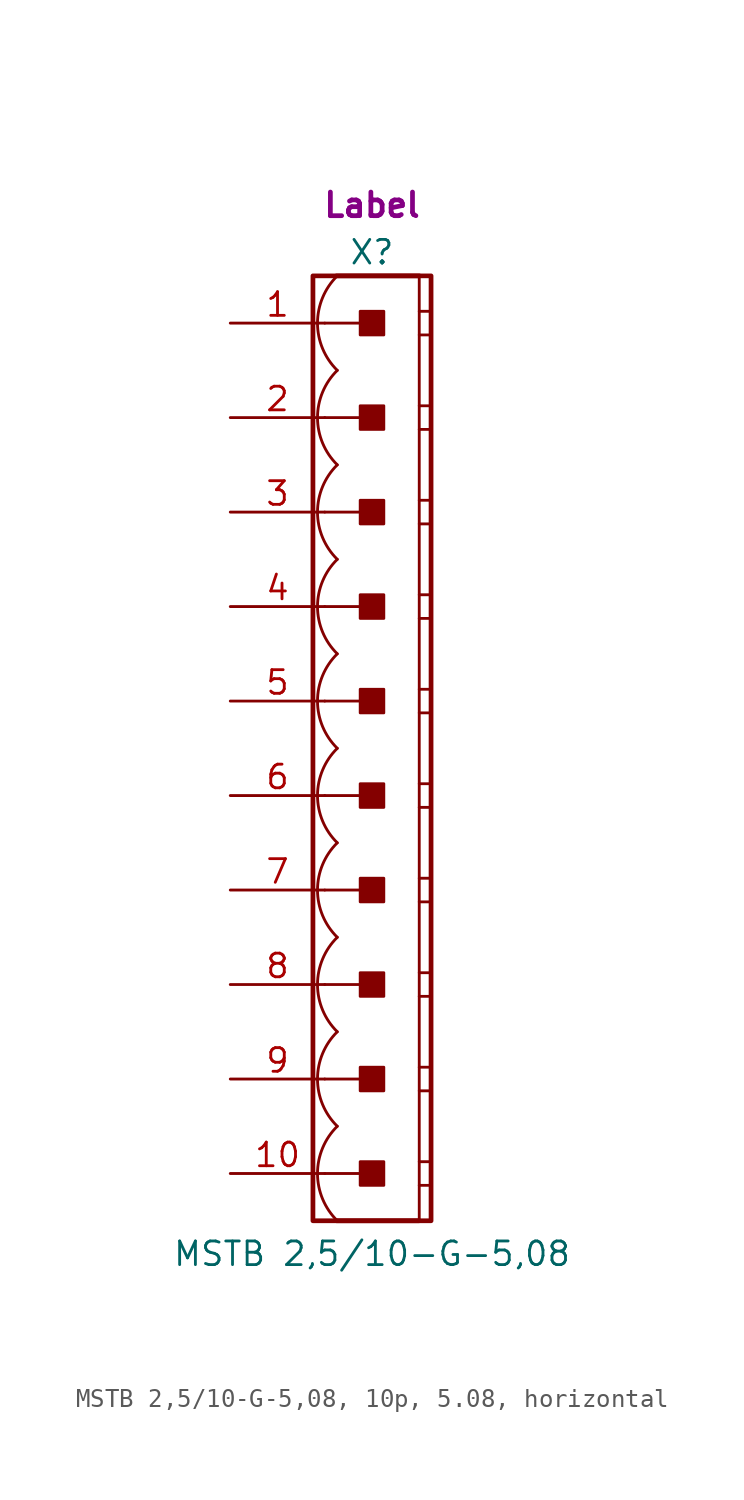
<source format=kicad_sym>
(kicad_symbol_lib
  (version 20241209)
  (generator "kicad_symbol_editor")
  (generator_version "9.0")
  (symbol "MSTB 2,5/10-G-5,08, 10p, 5.08, horizontal"
    (pin_names
      (offset 1.016)
      (hide yes))
    (property "Reference" "X"
      (at 0 26.67 0)
      (effects (font (size 1.27 1.27))))
    (property "Value" "MSTB 2,5/10-G-5,08"
      (at 0 -27.178 0)
      (effects (font (size 1.27 1.27))))
    (property "Label" "Label"
      (at 0 29.21 0)
      (effects (font (size 1.27 1.27) (thickness 0.254) (bold yes))))
    (symbol "MSTB 2,5/10-G-5,08, 10p, 5.08, horizontal_0_1"
      (polyline (pts (xy 2.54 25.4) (xy -1.905 25.4)) (stroke (width 0.254) (type default)) (fill (type none)))
      (polyline (pts (xy 2.54 25.4) (xy 2.54 -25.4)) (stroke (width 0.152) (type default)) (fill (type none)))
      (polyline (pts (xy 2.54 23.495) (xy 3.175 23.495)) (stroke (width 0.152) (type default)) (fill (type none)))
      (polyline (pts (xy 2.54 22.225) (xy 3.175 22.225)) (stroke (width 0.152) (type default)) (fill (type none)))
      (polyline (pts (xy 2.54 18.415) (xy 3.175 18.415)) (stroke (width 0.152) (type default)) (fill (type none)))
      (polyline (pts (xy 2.54 17.145) (xy 3.175 17.145)) (stroke (width 0.152) (type default)) (fill (type none)))
      (polyline (pts (xy 2.54 13.335) (xy 3.175 13.335)) (stroke (width 0.152) (type default)) (fill (type none)))
      (polyline (pts (xy 2.54 12.065) (xy 3.175 12.065)) (stroke (width 0.152) (type default)) (fill (type none)))
      (polyline (pts (xy 2.54 8.255) (xy 3.175 8.255)) (stroke (width 0.152) (type default)) (fill (type none)))
      (polyline (pts (xy 2.54 6.985) (xy 3.175 6.985)) (stroke (width 0.152) (type default)) (fill (type none)))
      (polyline (pts (xy 2.54 3.175) (xy 3.175 3.175)) (stroke (width 0.152) (type default)) (fill (type none)))
      (polyline (pts (xy 2.54 1.905) (xy 3.175 1.905)) (stroke (width 0.152) (type default)) (fill (type none)))
      (polyline (pts (xy 2.54 -1.905) (xy 3.175 -1.905)) (stroke (width 0.152) (type default)) (fill (type none)))
      (polyline (pts (xy 2.54 -3.175) (xy 3.175 -3.175)) (stroke (width 0.152) (type default)) (fill (type none)))
      (polyline (pts (xy 2.54 -6.985) (xy 3.175 -6.985)) (stroke (width 0.152) (type default)) (fill (type none)))
      (polyline (pts (xy 2.54 -8.255) (xy 3.175 -8.255)) (stroke (width 0.152) (type default)) (fill (type none)))
      (polyline (pts (xy 2.54 -12.065) (xy 3.175 -12.065)) (stroke (width 0.152) (type default)) (fill (type none)))
      (polyline (pts (xy 2.54 -13.335) (xy 3.175 -13.335)) (stroke (width 0.152) (type default)) (fill (type none)))
      (polyline (pts (xy 2.54 -17.145) (xy 3.175 -17.145)) (stroke (width 0.152) (type default)) (fill (type none)))
      (polyline (pts (xy 2.54 -18.415) (xy 3.175 -18.415)) (stroke (width 0.152) (type default)) (fill (type none)))
      (polyline (pts (xy 2.54 -22.225) (xy 3.175 -22.225)) (stroke (width 0.152) (type default)) (fill (type none)))
      (polyline (pts (xy 2.54 -23.495) (xy 3.175 -23.495)) (stroke (width 0.152) (type default)) (fill (type none)))
      (polyline (pts (xy 2.54 -25.4) (xy -1.905 -25.4)) (stroke (width 0.254) (type default)) (fill (type none))))
    (symbol "MSTB 2,5/10-G-5,08, 10p, 5.08, horizontal_1_0"
      (polyline (pts (xy -2.54 22.86) (xy 0 22.86)) (stroke (width 0.152) (type default)) (fill (type none)))
      (polyline (pts (xy -2.54 17.78) (xy 0 17.78)) (stroke (width 0.152) (type default)) (fill (type none)))
      (polyline (pts (xy -2.54 12.7) (xy 0 12.7)) (stroke (width 0.152) (type default)) (fill (type none)))
      (polyline (pts (xy -2.54 7.62) (xy 0 7.62)) (stroke (width 0.152) (type default)) (fill (type none)))
      (polyline (pts (xy -2.54 2.54) (xy 0 2.54)) (stroke (width 0.152) (type default)) (fill (type none)))
      (polyline (pts (xy -2.54 -2.54) (xy 0 -2.54)) (stroke (width 0.152) (type default)) (fill (type none)))
      (polyline (pts (xy -2.54 -7.62) (xy 0 -7.62)) (stroke (width 0.152) (type default)) (fill (type none)))
      (polyline (pts (xy -2.54 -12.7) (xy 0 -12.7)) (stroke (width 0.152) (type default)) (fill (type none)))
      (polyline (pts (xy -2.54 -17.78) (xy 0 -17.78)) (stroke (width 0.152) (type default)) (fill (type none)))
      (polyline (pts (xy -2.54 -22.86) (xy 0 -22.86)) (stroke (width 0.152) (type default)) (fill (type none))))
    (symbol "MSTB 2,5/10-G-5,08, 10p, 5.08, horizontal_1_1"
      (rectangle (start -3.175 25.4) (end 3.175 -25.4) (stroke (width 0.254) (type default)) (fill (type none)))
      (rectangle (start -0.635 22.225) (end 0.635 23.495) (stroke (width 0.152) (type default)) (fill (type outline)))
      (rectangle (start -0.635 17.145) (end 0.635 18.415) (stroke (width 0.152) (type default)) (fill (type outline)))
      (rectangle (start -0.635 12.065) (end 0.635 13.335) (stroke (width 0.152) (type default)) (fill (type outline)))
      (rectangle (start -0.635 6.985) (end 0.635 8.255) (stroke (width 0.152) (type default)) (fill (type outline)))
      (rectangle (start -0.635 1.905) (end 0.635 3.175) (stroke (width 0.152) (type default)) (fill (type outline)))
      (rectangle (start -0.635 -3.175) (end 0.635 -1.905) (stroke (width 0.152) (type default)) (fill (type outline)))
      (rectangle (start -0.635 -8.255) (end 0.635 -6.985) (stroke (width 0.152) (type default)) (fill (type outline)))
      (rectangle (start -0.635 -13.335) (end 0.635 -12.065) (stroke (width 0.152) (type default)) (fill (type outline)))
      (rectangle (start -0.635 -18.415) (end 0.635 -17.145) (stroke (width 0.152) (type default)) (fill (type outline)))
      (rectangle (start -0.635 -23.495) (end 0.635 -22.225) (stroke (width 0.152) (type default)) (fill (type outline)))
      (arc (start -1.8664 20.32) (mid -2.9299 22.86) (end -1.8664 25.4) (stroke (width 0.1524) (type default)) (fill (type none)))
      (arc (start -1.8664 15.24) (mid -2.9299 17.78) (end -1.8664 20.32) (stroke (width 0.1524) (type default)) (fill (type none)))
      (arc (start -1.8664 10.16) (mid -2.9299 12.7) (end -1.8664 15.24) (stroke (width 0.1524) (type default)) (fill (type none)))
      (arc (start -1.8664 5.08) (mid -2.9299 7.62) (end -1.8664 10.16) (stroke (width 0.1524) (type default)) (fill (type none)))
      (arc (start -1.8664 0) (mid -2.9299 2.54) (end -1.8664 5.08) (stroke (width 0.1524) (type default)) (fill (type none)))
      (arc (start -1.8664 -5.08) (mid -2.9299 -2.54) (end -1.8664 0) (stroke (width 0.1524) (type default)) (fill (type none)))
      (arc (start -1.8664 -10.16) (mid -2.9299 -7.62) (end -1.8664 -5.08) (stroke (width 0.1524) (type default)) (fill (type none)))
      (arc (start -1.8664 -15.24) (mid -2.9299 -12.7) (end -1.8664 -10.16) (stroke (width 0.1524) (type default)) (fill (type none)))
      (arc (start -1.8664 -20.32) (mid -2.9299 -17.78) (end -1.8664 -15.24) (stroke (width 0.1524) (type default)) (fill (type none)))
      (arc (start -1.8664 -25.4) (mid -2.9299 -22.86) (end -1.8664 -20.32) (stroke (width 0.1524) (type default)) (fill (type none)))
      (pin passive line (at -7.62 22.86 0) (length 5.08) (name "1" (effects (font (size 1.27 1.27)))) (number "1" (effects (font (size 1.27 1.27)))))
      (pin passive line (at -7.62 17.78 0) (length 5.08) (name "2" (effects (font (size 1.27 1.27)))) (number "2" (effects (font (size 1.27 1.27)))))
      (pin passive line (at -7.62 12.7 0) (length 5.08) (name "3" (effects (font (size 1.27 1.27)))) (number "3" (effects (font (size 1.27 1.27)))))
      (pin passive line (at -7.62 7.62 0) (length 5.08) (name "4" (effects (font (size 1.27 1.27)))) (number "4" (effects (font (size 1.27 1.27)))))
      (pin passive line (at -7.62 2.54 0) (length 5.08) (name "5" (effects (font (size 1.27 1.27)))) (number "5" (effects (font (size 1.27 1.27)))))
      (pin passive line (at -7.62 -2.54 0) (length 5.08) (name "6" (effects (font (size 1.27 1.27)))) (number "6" (effects (font (size 1.27 1.27)))))
      (pin passive line (at -7.62 -7.62 0) (length 5.08) (name "7" (effects (font (size 1.27 1.27)))) (number "7" (effects (font (size 1.27 1.27)))))
      (pin passive line (at -7.62 -12.7 0) (length 5.08) (name "8" (effects (font (size 1.27 1.27)))) (number "8" (effects (font (size 1.27 1.27)))))
      (pin passive line (at -7.62 -17.78 0) (length 5.08) (name "9" (effects (font (size 1.27 1.27)))) (number "9" (effects (font (size 1.27 1.27)))))
      (pin passive line (at -7.62 -22.86 0) (length 5.08) (name "10" (effects (font (size 1.27 1.27)))) (number "10" (effects (font (size 1.27 1.27))))))))
</source>
